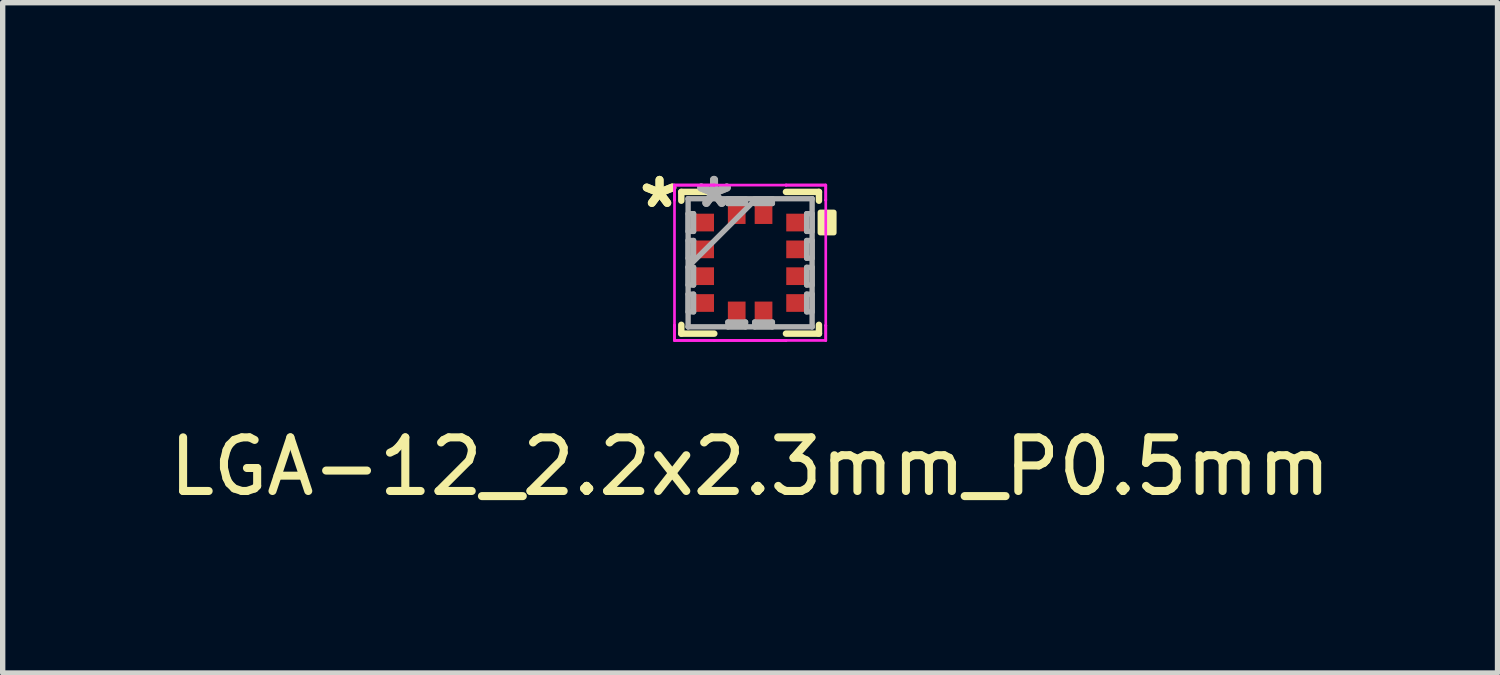
<source format=kicad_pcb>
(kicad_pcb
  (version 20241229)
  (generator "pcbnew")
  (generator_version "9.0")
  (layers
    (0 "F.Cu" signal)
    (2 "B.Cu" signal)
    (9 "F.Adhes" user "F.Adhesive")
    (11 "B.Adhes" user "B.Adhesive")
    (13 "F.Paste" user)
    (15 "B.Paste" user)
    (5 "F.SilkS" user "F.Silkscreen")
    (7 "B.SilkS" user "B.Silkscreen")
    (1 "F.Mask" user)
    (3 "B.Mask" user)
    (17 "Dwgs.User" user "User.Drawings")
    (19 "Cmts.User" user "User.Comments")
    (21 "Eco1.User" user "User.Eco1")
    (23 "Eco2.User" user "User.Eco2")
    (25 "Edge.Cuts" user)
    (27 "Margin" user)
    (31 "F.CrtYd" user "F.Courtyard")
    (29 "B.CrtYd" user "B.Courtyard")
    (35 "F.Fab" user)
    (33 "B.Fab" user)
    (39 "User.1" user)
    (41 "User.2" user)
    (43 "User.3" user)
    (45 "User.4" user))
  (footprint "LGA-12_2.2x2.3mm_P0.5mm"
    (layer "F.Cu")
    (at 10.935 1.849)
    (property "Reference" "LGA-12_2.2x2.3mm_P0.5mm" (at 0 3.8 0) (layer "F.SilkS") (effects (font (size 1 1) (thickness 0.15))))
    (attr through_hole)
    (fp_line (start -1.283 -1.321) (end -1.283 -1.157) (stroke (width 0.12) (type solid)) (layer "F.SilkS"))
    (fp_line (start -1.283 1.157) (end -1.283 1.321) (stroke (width 0.12) (type solid)) (layer "F.SilkS"))
    (fp_line (start -1.283 1.321) (end -0.668 1.321) (stroke (width 0.12) (type solid)) (layer "F.SilkS"))
    (fp_line (start -0.668 -1.321) (end -1.283 -1.321) (stroke (width 0.12) (type solid)) (layer "F.SilkS"))
    (fp_line (start 0.668 1.321) (end 1.283 1.321) (stroke (width 0.12) (type solid)) (layer "F.SilkS"))
    (fp_line (start 1.283 -1.321) (end 0.668 -1.321) (stroke (width 0.12) (type solid)) (layer "F.SilkS"))
    (fp_line (start 1.283 -1.157) (end 1.283 -1.321) (stroke (width 0.12) (type solid)) (layer "F.SilkS"))
    (fp_line (start 1.283 1.321) (end 1.283 1.157) (stroke (width 0.12) (type solid)) (layer "F.SilkS"))
    (fp_poly (pts (xy 1.562 -0.941) (xy 1.562 -0.56) (xy 1.308 -0.56) (xy 1.308 -0.941)) (stroke (width 0.1) (type solid)) (fill yes) (layer "F.SilkS"))
    (fp_line (start -1.41 -1.448) (end -0.669 -1.448) (stroke (width 0.05) (type solid)) (layer "F.CrtYd"))
    (fp_line (start -1.41 -1.448) (end -0.669 -1.448) (stroke (width 0.05) (type solid)) (layer "F.CrtYd"))
    (fp_line (start -1.41 -1.169) (end -1.41 -1.448) (stroke (width 0.05) (type solid)) (layer "F.CrtYd"))
    (fp_line (start -1.41 -1.169) (end -1.41 -1.448) (stroke (width 0.05) (type solid)) (layer "F.CrtYd"))
    (fp_line (start -1.41 -1.169) (end -1.41 -1.169) (stroke (width 0.05) (type solid)) (layer "F.CrtYd"))
    (fp_line (start -1.41 -1.169) (end -1.41 -1.169) (stroke (width 0.05) (type solid)) (layer "F.CrtYd"))
    (fp_line (start -1.41 1.169) (end -1.41 -1.169) (stroke (width 0.05) (type solid)) (layer "F.CrtYd"))
    (fp_line (start -1.41 1.169) (end -1.41 1.169) (stroke (width 0.05) (type solid)) (layer "F.CrtYd"))
    (fp_line (start -1.41 1.169) (end -1.41 1.169) (stroke (width 0.05) (type solid)) (layer "F.CrtYd"))
    (fp_line (start -1.41 1.448) (end -1.41 1.169) (stroke (width 0.05) (type solid)) (layer "F.CrtYd"))
    (fp_line (start -1.41 1.448) (end -1.41 1.169) (stroke (width 0.05) (type solid)) (layer "F.CrtYd"))
    (fp_line (start -0.669 -1.448) (end -0.669 -1.448) (stroke (width 0.05) (type solid)) (layer "F.CrtYd"))
    (fp_line (start -0.669 -1.448) (end -0.669 -1.448) (stroke (width 0.05) (type solid)) (layer "F.CrtYd"))
    (fp_line (start -0.669 -1.448) (end 0.669 -1.448) (stroke (width 0.05) (type solid)) (layer "F.CrtYd"))
    (fp_line (start -0.669 1.448) (end -1.41 1.448) (stroke (width 0.05) (type solid)) (layer "F.CrtYd"))
    (fp_line (start -0.669 1.448) (end -1.41 1.448) (stroke (width 0.05) (type solid)) (layer "F.CrtYd"))
    (fp_line (start -0.669 1.448) (end -0.669 1.448) (stroke (width 0.05) (type solid)) (layer "F.CrtYd"))
    (fp_line (start -0.669 1.448) (end -0.669 1.448) (stroke (width 0.05) (type solid)) (layer "F.CrtYd"))
    (fp_line (start 0.669 -1.448) (end 0.669 -1.448) (stroke (width 0.05) (type solid)) (layer "F.CrtYd"))
    (fp_line (start 0.669 -1.448) (end 0.669 -1.448) (stroke (width 0.05) (type solid)) (layer "F.CrtYd"))
    (fp_line (start 0.669 -1.448) (end 1.41 -1.448) (stroke (width 0.05) (type solid)) (layer "F.CrtYd"))
    (fp_line (start 0.669 -1.448) (end 1.41 -1.448) (stroke (width 0.05) (type solid)) (layer "F.CrtYd"))
    (fp_line (start 0.669 1.448) (end -0.669 1.448) (stroke (width 0.05) (type solid)) (layer "F.CrtYd"))
    (fp_line (start 0.669 1.448) (end -0.669 1.448) (stroke (width 0.05) (type solid)) (layer "F.CrtYd"))
    (fp_line (start 0.669 1.448) (end 0.669 1.448) (stroke (width 0.05) (type solid)) (layer "F.CrtYd"))
    (fp_line (start 0.669 1.448) (end 0.669 1.448) (stroke (width 0.05) (type solid)) (layer "F.CrtYd"))
    (fp_line (start 1.41 -1.448) (end 1.41 -1.169) (stroke (width 0.05) (type solid)) (layer "F.CrtYd"))
    (fp_line (start 1.41 -1.448) (end 1.41 -1.169) (stroke (width 0.05) (type solid)) (layer "F.CrtYd"))
    (fp_line (start 1.41 -1.169) (end 1.41 -1.169) (stroke (width 0.05) (type solid)) (layer "F.CrtYd"))
    (fp_line (start 1.41 -1.169) (end 1.41 -1.169) (stroke (width 0.05) (type solid)) (layer "F.CrtYd"))
    (fp_line (start 1.41 -1.169) (end 1.41 1.169) (stroke (width 0.05) (type solid)) (layer "F.CrtYd"))
    (fp_line (start 1.41 1.169) (end 1.41 1.169) (stroke (width 0.05) (type solid)) (layer "F.CrtYd"))
    (fp_line (start 1.41 1.169) (end 1.41 1.169) (stroke (width 0.05) (type solid)) (layer "F.CrtYd"))
    (fp_line (start 1.41 1.169) (end 1.41 1.448) (stroke (width 0.05) (type solid)) (layer "F.CrtYd"))
    (fp_line (start 1.41 1.169) (end 1.41 1.448) (stroke (width 0.05) (type solid)) (layer "F.CrtYd"))
    (fp_line (start 1.41 1.448) (end 0.669 1.448) (stroke (width 0.05) (type solid)) (layer "F.CrtYd"))
    (fp_line (start -1.156 -1.194) (end -1.156 -1.194) (stroke (width 0.1) (type solid)) (layer "F.Fab"))
    (fp_line (start -1.156 -1.194) (end -1.156 1.194) (stroke (width 0.1) (type solid)) (layer "F.Fab"))
    (fp_line (start -1.156 -0.915) (end -1.054 -0.915) (stroke (width 0.1) (type solid)) (layer "F.Fab"))
    (fp_line (start -1.156 -0.585) (end -1.156 -0.915) (stroke (width 0.1) (type solid)) (layer "F.Fab"))
    (fp_line (start -1.156 -0.415) (end -1.054 -0.415) (stroke (width 0.1) (type solid)) (layer "F.Fab"))
    (fp_line (start -1.156 -0.085) (end -1.156 -0.415) (stroke (width 0.1) (type solid)) (layer "F.Fab"))
    (fp_line (start -1.156 0.076) (end 0.114 -1.194) (stroke (width 0.1) (type solid)) (layer "F.Fab"))
    (fp_line (start -1.156 0.085) (end -1.054 0.085) (stroke (width 0.1) (type solid)) (layer "F.Fab"))
    (fp_line (start -1.156 0.415) (end -1.156 0.085) (stroke (width 0.1) (type solid)) (layer "F.Fab"))
    (fp_line (start -1.156 0.585) (end -1.054 0.585) (stroke (width 0.1) (type solid)) (layer "F.Fab"))
    (fp_line (start -1.156 0.915) (end -1.156 0.585) (stroke (width 0.1) (type solid)) (layer "F.Fab"))
    (fp_line (start -1.156 1.194) (end -1.156 1.194) (stroke (width 0.1) (type solid)) (layer "F.Fab"))
    (fp_line (start -1.156 1.194) (end 1.156 1.194) (stroke (width 0.1) (type solid)) (layer "F.Fab"))
    (fp_line (start -1.054 -0.915) (end -1.054 -0.585) (stroke (width 0.1) (type solid)) (layer "F.Fab"))
    (fp_line (start -1.054 -0.585) (end -1.156 -0.585) (stroke (width 0.1) (type solid)) (layer "F.Fab"))
    (fp_line (start -1.054 -0.415) (end -1.054 -0.085) (stroke (width 0.1) (type solid)) (layer "F.Fab"))
    (fp_line (start -1.054 -0.085) (end -1.156 -0.085) (stroke (width 0.1) (type solid)) (layer "F.Fab"))
    (fp_line (start -1.054 0.085) (end -1.054 0.415) (stroke (width 0.1) (type solid)) (layer "F.Fab"))
    (fp_line (start -1.054 0.415) (end -1.156 0.415) (stroke (width 0.1) (type solid)) (layer "F.Fab"))
    (fp_line (start -1.054 0.585) (end -1.054 0.915) (stroke (width 0.1) (type solid)) (layer "F.Fab"))
    (fp_line (start -1.054 0.915) (end -1.156 0.915) (stroke (width 0.1) (type solid)) (layer "F.Fab"))
    (fp_line (start -0.415 -1.194) (end -0.085 -1.194) (stroke (width 0.1) (type solid)) (layer "F.Fab"))
    (fp_line (start -0.415 -1.105) (end -0.415 -1.194) (stroke (width 0.1) (type solid)) (layer "F.Fab"))
    (fp_line (start -0.415 1.105) (end -0.085 1.105) (stroke (width 0.1) (type solid)) (layer "F.Fab"))
    (fp_line (start -0.415 1.194) (end -0.415 1.105) (stroke (width 0.1) (type solid)) (layer "F.Fab"))
    (fp_line (start -0.085 -1.194) (end -0.085 -1.105) (stroke (width 0.1) (type solid)) (layer "F.Fab"))
    (fp_line (start -0.085 -1.105) (end -0.415 -1.105) (stroke (width 0.1) (type solid)) (layer "F.Fab"))
    (fp_line (start -0.085 1.105) (end -0.085 1.194) (stroke (width 0.1) (type solid)) (layer "F.Fab"))
    (fp_line (start -0.085 1.194) (end -0.415 1.194) (stroke (width 0.1) (type solid)) (layer "F.Fab"))
    (fp_line (start 0.085 -1.194) (end 0.415 -1.194) (stroke (width 0.1) (type solid)) (layer "F.Fab"))
    (fp_line (start 0.085 -1.105) (end 0.085 -1.194) (stroke (width 0.1) (type solid)) (layer "F.Fab"))
    (fp_line (start 0.085 1.105) (end 0.415 1.105) (stroke (width 0.1) (type solid)) (layer "F.Fab"))
    (fp_line (start 0.085 1.194) (end 0.085 1.105) (stroke (width 0.1) (type solid)) (layer "F.Fab"))
    (fp_line (start 0.415 -1.194) (end 0.415 -1.105) (stroke (width 0.1) (type solid)) (layer "F.Fab"))
    (fp_line (start 0.415 -1.105) (end 0.085 -1.105) (stroke (width 0.1) (type solid)) (layer "F.Fab"))
    (fp_line (start 0.415 1.105) (end 0.415 1.194) (stroke (width 0.1) (type solid)) (layer "F.Fab"))
    (fp_line (start 0.415 1.194) (end 0.085 1.194) (stroke (width 0.1) (type solid)) (layer "F.Fab"))
    (fp_line (start 1.054 -0.915) (end 1.156 -0.915) (stroke (width 0.1) (type solid)) (layer "F.Fab"))
    (fp_line (start 1.054 -0.585) (end 1.054 -0.915) (stroke (width 0.1) (type solid)) (layer "F.Fab"))
    (fp_line (start 1.054 -0.415) (end 1.156 -0.415) (stroke (width 0.1) (type solid)) (layer "F.Fab"))
    (fp_line (start 1.054 -0.085) (end 1.054 -0.415) (stroke (width 0.1) (type solid)) (layer "F.Fab"))
    (fp_line (start 1.054 0.085) (end 1.156 0.085) (stroke (width 0.1) (type solid)) (layer "F.Fab"))
    (fp_line (start 1.054 0.415) (end 1.054 0.085) (stroke (width 0.1) (type solid)) (layer "F.Fab"))
    (fp_line (start 1.054 0.585) (end 1.156 0.585) (stroke (width 0.1) (type solid)) (layer "F.Fab"))
    (fp_line (start 1.054 0.915) (end 1.054 0.585) (stroke (width 0.1) (type solid)) (layer "F.Fab"))
    (fp_line (start 1.156 -1.194) (end -1.156 -1.194) (stroke (width 0.1) (type solid)) (layer "F.Fab"))
    (fp_line (start 1.156 -1.194) (end 1.156 -1.194) (stroke (width 0.1) (type solid)) (layer "F.Fab"))
    (fp_line (start 1.156 -0.915) (end 1.156 -0.585) (stroke (width 0.1) (type solid)) (layer "F.Fab"))
    (fp_line (start 1.156 -0.585) (end 1.054 -0.585) (stroke (width 0.1) (type solid)) (layer "F.Fab"))
    (fp_line (start 1.156 -0.415) (end 1.156 -0.085) (stroke (width 0.1) (type solid)) (layer "F.Fab"))
    (fp_line (start 1.156 -0.085) (end 1.054 -0.085) (stroke (width 0.1) (type solid)) (layer "F.Fab"))
    (fp_line (start 1.156 0.085) (end 1.156 0.415) (stroke (width 0.1) (type solid)) (layer "F.Fab"))
    (fp_line (start 1.156 0.415) (end 1.054 0.415) (stroke (width 0.1) (type solid)) (layer "F.Fab"))
    (fp_line (start 1.156 0.585) (end 1.156 0.915) (stroke (width 0.1) (type solid)) (layer "F.Fab"))
    (fp_line (start 1.156 0.915) (end 1.054 0.915) (stroke (width 0.1) (type solid)) (layer "F.Fab"))
    (fp_line (start 1.156 1.194) (end 1.156 -1.194) (stroke (width 0.1) (type solid)) (layer "F.Fab"))
    (fp_line (start 1.156 1.194) (end 1.156 1.194) (stroke (width 0.1) (type solid)) (layer "F.Fab"))
    (fp_text user "*" (at -1.689 -1 0) (layer "F.SilkS") (effects (font (size 1 1) (thickness 0.15))))
    (fp_text user "*" (at -1.689 -1 0) (layer "F.SilkS") (effects (font (size 1 1) (thickness 0.15))))
    (fp_text user "*" (at -0.673 -1 0) (layer "F.Fab") (effects (font (size 1 1) (thickness 0.15))))
    (fp_text user "*" (at -0.673 -1 0) (layer "F.Fab") (effects (font (size 1 1) (thickness 0.15))))
    (pad "1" smd rect (at -0.864 -0.75 90) (size 0.33 0.381) (layers "F.Cu" "F.Mask" "F.Paste"))
    (pad "2" smd rect (at -0.864 -0.25 90) (size 0.33 0.381) (layers "F.Cu" "F.Mask" "F.Paste"))
    (pad "3" smd rect (at -0.864 0.25 90) (size 0.33 0.381) (layers "F.Cu" "F.Mask" "F.Paste"))
    (pad "4" smd rect (at -0.864 0.75 90) (size 0.33 0.381) (layers "F.Cu" "F.Mask" "F.Paste"))
    (pad "5" smd rect (at -0.25 0.914) (size 0.33 0.381) (layers "F.Cu" "F.Mask" "F.Paste"))
    (pad "6" smd rect (at 0.25 0.914) (size 0.33 0.381) (layers "F.Cu" "F.Mask" "F.Paste"))
    (pad "7" smd rect (at 0.864 0.75 90) (size 0.33 0.381) (layers "F.Cu" "F.Mask" "F.Paste"))
    (pad "8" smd rect (at 0.864 0.25 90) (size 0.33 0.381) (layers "F.Cu" "F.Mask" "F.Paste"))
    (pad "9" smd rect (at 0.864 -0.25 90) (size 0.33 0.381) (layers "F.Cu" "F.Mask" "F.Paste"))
    (pad "10" smd rect (at 0.864 -0.75 90) (size 0.33 0.381) (layers "F.Cu" "F.Mask" "F.Paste"))
    (pad "11" smd rect (at 0.25 -0.914) (size 0.33 0.381) (layers "F.Cu" "F.Mask" "F.Paste"))
    (pad "12" smd rect (at -0.25 -0.914) (size 0.33 0.381) (layers "F.Cu" "F.Mask" "F.Paste")))
  (gr_rect
    (start -3 -3)
    (end 24.869 9.497)
    (stroke (width 0.1) (type default))
    (fill no)
    (layer "Edge.Cuts")))
</source>
